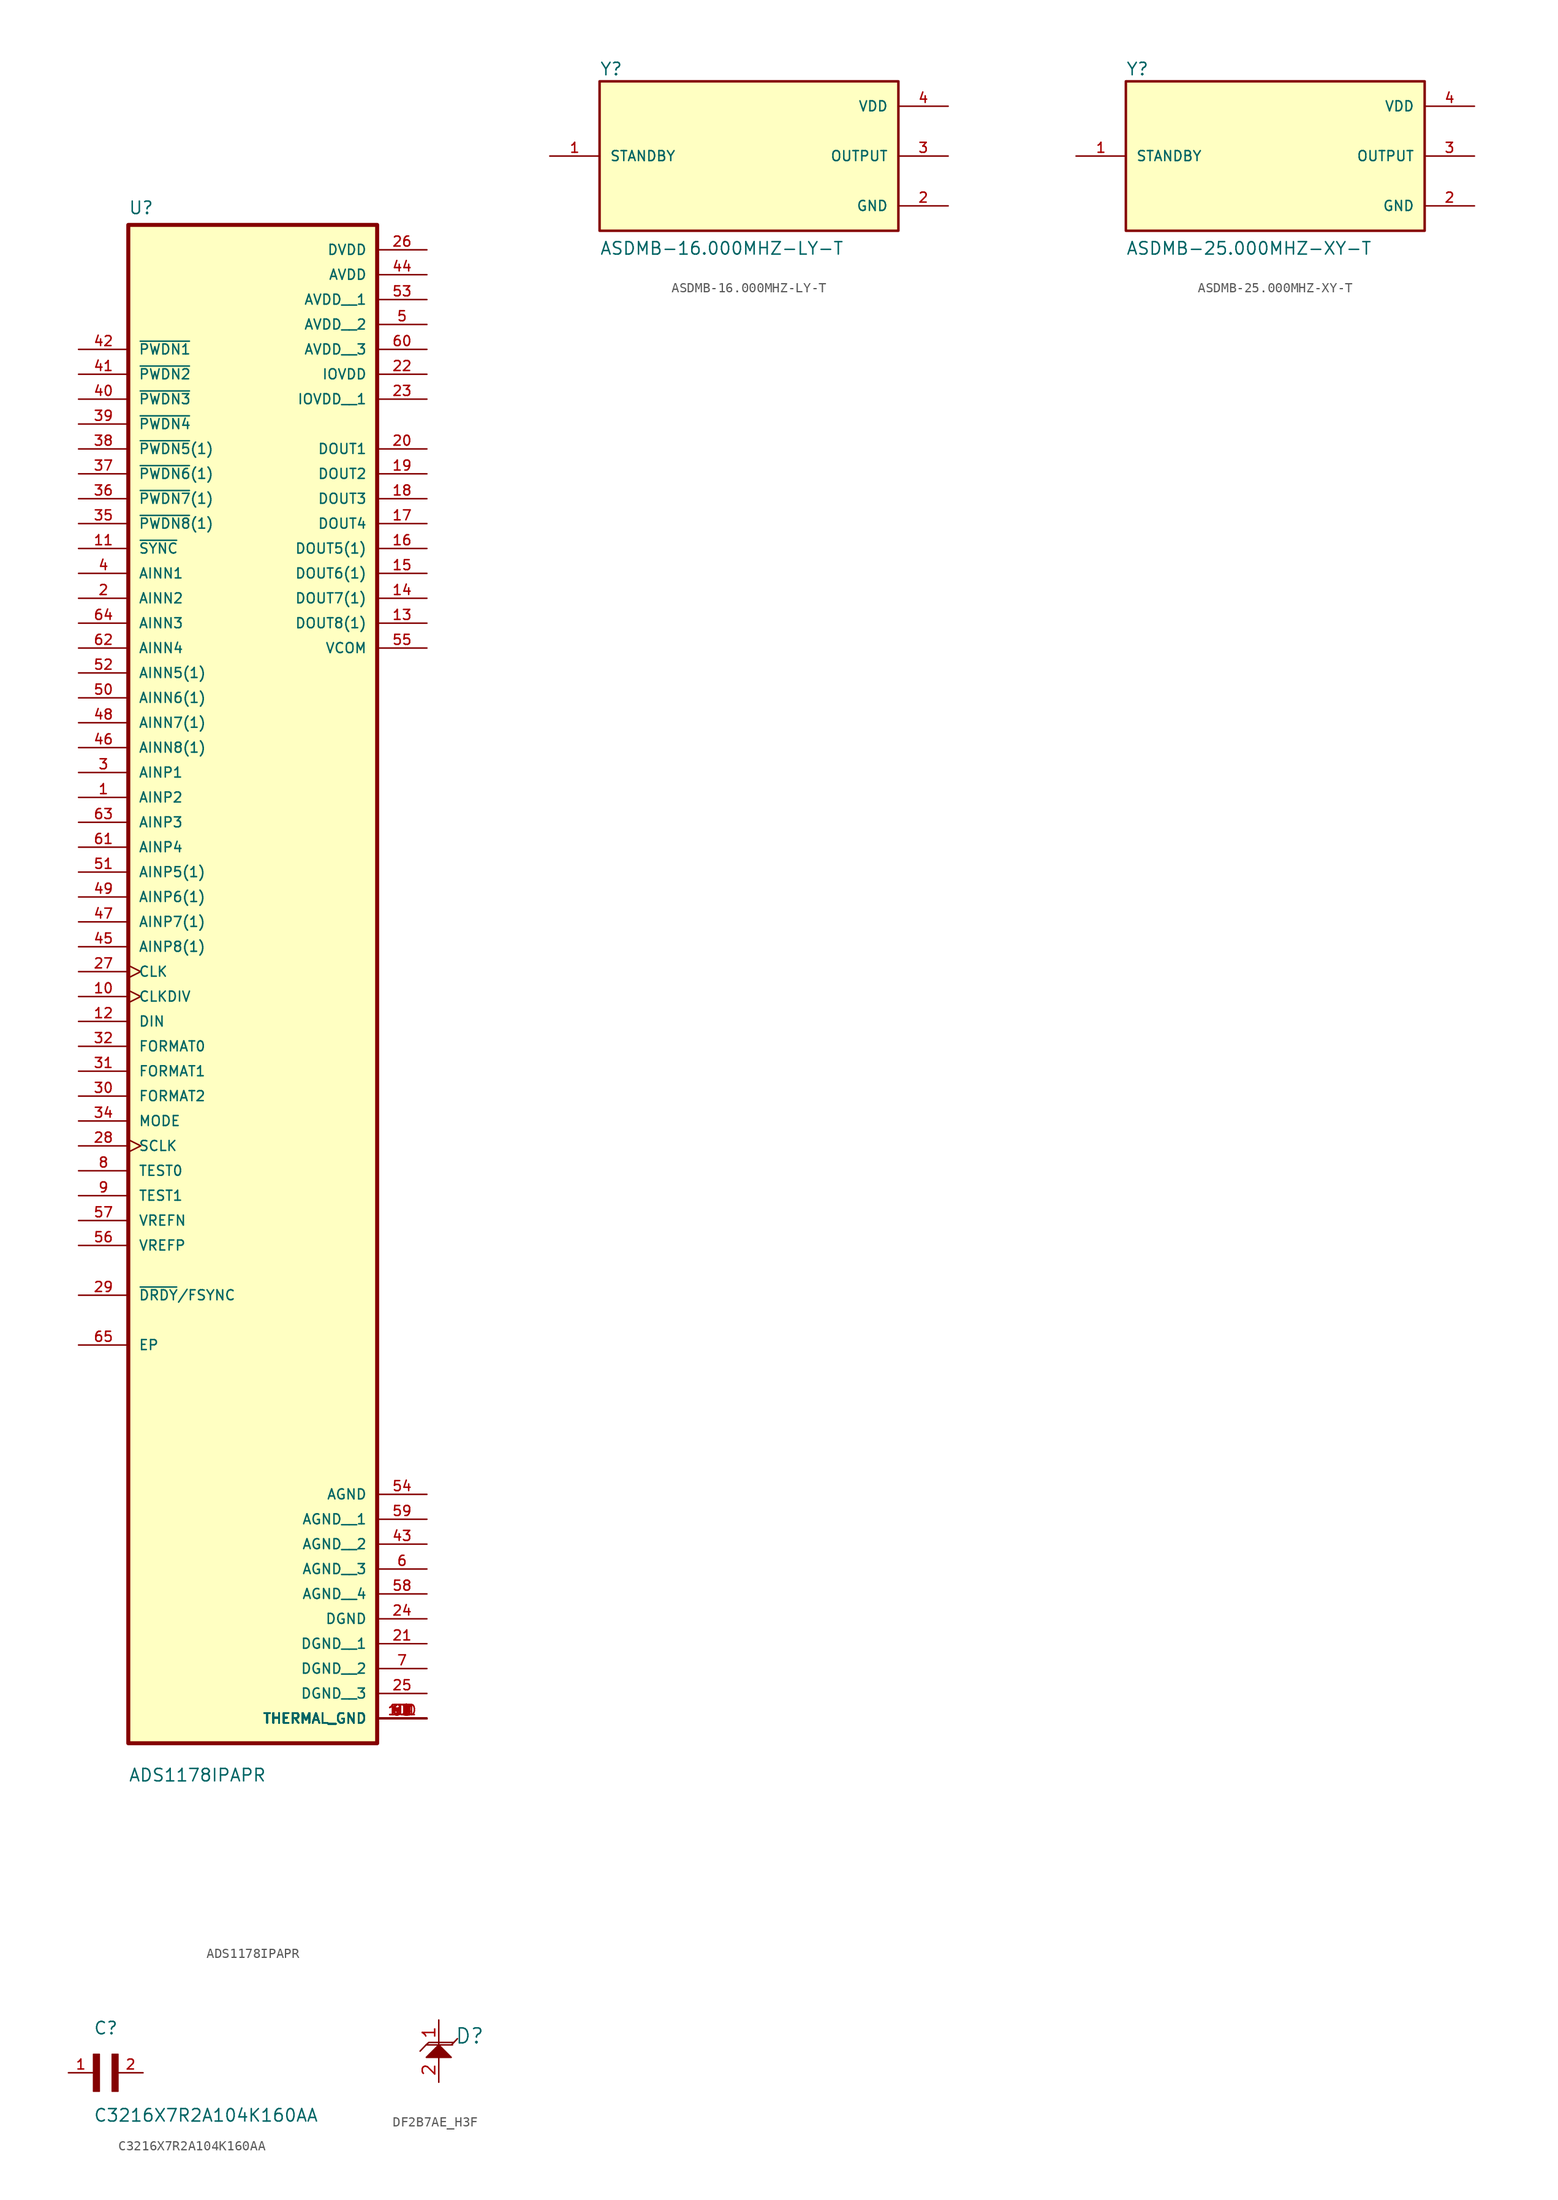
<source format=kicad_sym>
(kicad_symbol_lib
  (version 20231120)
  (generator "kicad_symbol_editor")
  (generator_version "8.0")
  (symbol "ADS1178IPAPR"
    (pin_names
      (offset 1.016))
    (property "Reference" "U"
      (at -12.7 64.5 0)
      (effects (font (size 1.27 1.27)) (justify left bottom)))
    (property "Value" "ADS1178IPAPR"
      (at -12.7 -95.44 0)
      (effects (font (size 1.27 1.27)) (justify left bottom)))
    (symbol "ADS1178IPAPR_0_0"
      (rectangle (start -12.7 -91.44) (end 12.7 63.5) (stroke (width 0.41) (type default)) (fill (type background)))
      (pin input line (at -17.78 5.08 0) (length 5.08) (name "AINP2" (effects (font (size 1.016 1.016)))) (number "1" (effects (font (size 1.016 1.016)))))
      (pin input clock (at -17.78 -15.24 0) (length 5.08) (name "CLKDIV" (effects (font (size 1.016 1.016)))) (number "10" (effects (font (size 1.016 1.016)))))
      (pin input line (at -17.78 30.48 0) (length 5.08) (name "~{SYNC}" (effects (font (size 1.016 1.016)))) (number "11" (effects (font (size 1.016 1.016)))))
      (pin input line (at -17.78 -17.78 0) (length 5.08) (name "DIN" (effects (font (size 1.016 1.016)))) (number "12" (effects (font (size 1.016 1.016)))))
      (pin output line (at 17.78 22.86 180) (length 5.08) (name "DOUT8(1)" (effects (font (size 1.016 1.016)))) (number "13" (effects (font (size 1.016 1.016)))))
      (pin output line (at 17.78 25.4 180) (length 5.08) (name "DOUT7(1)" (effects (font (size 1.016 1.016)))) (number "14" (effects (font (size 1.016 1.016)))))
      (pin output line (at 17.78 27.94 180) (length 5.08) (name "DOUT6(1)" (effects (font (size 1.016 1.016)))) (number "15" (effects (font (size 1.016 1.016)))))
      (pin output line (at 17.78 30.48 180) (length 5.08) (name "DOUT5(1)" (effects (font (size 1.016 1.016)))) (number "16" (effects (font (size 1.016 1.016)))))
      (pin output line (at 17.78 33.02 180) (length 5.08) (name "DOUT4" (effects (font (size 1.016 1.016)))) (number "17" (effects (font (size 1.016 1.016)))))
      (pin output line (at 17.78 35.56 180) (length 5.08) (name "DOUT3" (effects (font (size 1.016 1.016)))) (number "18" (effects (font (size 1.016 1.016)))))
      (pin output line (at 17.78 38.1 180) (length 5.08) (name "DOUT2" (effects (font (size 1.016 1.016)))) (number "19" (effects (font (size 1.016 1.016)))))
      (pin input line (at -17.78 25.4 0) (length 5.08) (name "AINN2" (effects (font (size 1.016 1.016)))) (number "2" (effects (font (size 1.016 1.016)))))
      (pin output line (at 17.78 40.64 180) (length 5.08) (name "DOUT1" (effects (font (size 1.016 1.016)))) (number "20" (effects (font (size 1.016 1.016)))))
      (pin power_in line (at 17.78 -81.28 180) (length 5.08) (name "DGND__1" (effects (font (size 1.016 1.016)))) (number "21" (effects (font (size 1.016 1.016)))))
      (pin power_in line (at 17.78 48.26 180) (length 5.08) (name "IOVDD" (effects (font (size 1.016 1.016)))) (number "22" (effects (font (size 1.016 1.016)))))
      (pin power_in line (at 17.78 45.72 180) (length 5.08) (name "IOVDD__1" (effects (font (size 1.016 1.016)))) (number "23" (effects (font (size 1.016 1.016)))))
      (pin power_in line (at 17.78 -78.74 180) (length 5.08) (name "DGND" (effects (font (size 1.016 1.016)))) (number "24" (effects (font (size 1.016 1.016)))))
      (pin power_in line (at 17.78 -86.36 180) (length 5.08) (name "DGND__3" (effects (font (size 1.016 1.016)))) (number "25" (effects (font (size 1.016 1.016)))))
      (pin power_in line (at 17.78 60.96 180) (length 5.08) (name "DVDD" (effects (font (size 1.016 1.016)))) (number "26" (effects (font (size 1.016 1.016)))))
      (pin input clock (at -17.78 -12.7 0) (length 5.08) (name "CLK" (effects (font (size 1.016 1.016)))) (number "27" (effects (font (size 1.016 1.016)))))
      (pin input clock (at -17.78 -30.48 0) (length 5.08) (name "SCLK" (effects (font (size 1.016 1.016)))) (number "28" (effects (font (size 1.016 1.016)))))
      (pin bidirectional line (at -17.78 -45.72 0) (length 5.08) (name "~{DRDY}/FSYNC" (effects (font (size 1.016 1.016)))) (number "29" (effects (font (size 1.016 1.016)))))
      (pin input line (at -17.78 7.62 0) (length 5.08) (name "AINP1" (effects (font (size 1.016 1.016)))) (number "3" (effects (font (size 1.016 1.016)))))
      (pin input line (at -17.78 -25.4 0) (length 5.08) (name "FORMAT2" (effects (font (size 1.016 1.016)))) (number "30" (effects (font (size 1.016 1.016)))))
      (pin input line (at -17.78 -22.86 0) (length 5.08) (name "FORMAT1" (effects (font (size 1.016 1.016)))) (number "31" (effects (font (size 1.016 1.016)))))
      (pin input line (at -17.78 -20.32 0) (length 5.08) (name "FORMAT0" (effects (font (size 1.016 1.016)))) (number "32" (effects (font (size 1.016 1.016)))))
      (pin input line (at -17.78 -27.94 0) (length 5.08) (name "MODE" (effects (font (size 1.016 1.016)))) (number "34" (effects (font (size 1.016 1.016)))))
      (pin input line (at -17.78 33.02 0) (length 5.08) (name "~{PWDN8}(1)" (effects (font (size 1.016 1.016)))) (number "35" (effects (font (size 1.016 1.016)))))
      (pin input line (at -17.78 35.56 0) (length 5.08) (name "~{PWDN7}(1)" (effects (font (size 1.016 1.016)))) (number "36" (effects (font (size 1.016 1.016)))))
      (pin input line (at -17.78 38.1 0) (length 5.08) (name "~{PWDN6}(1)" (effects (font (size 1.016 1.016)))) (number "37" (effects (font (size 1.016 1.016)))))
      (pin input line (at -17.78 40.64 0) (length 5.08) (name "~{PWDN5}(1)" (effects (font (size 1.016 1.016)))) (number "38" (effects (font (size 1.016 1.016)))))
      (pin input line (at -17.78 43.18 0) (length 5.08) (name "~{PWDN4}" (effects (font (size 1.016 1.016)))) (number "39" (effects (font (size 1.016 1.016)))))
      (pin input line (at -17.78 27.94 0) (length 5.08) (name "AINN1" (effects (font (size 1.016 1.016)))) (number "4" (effects (font (size 1.016 1.016)))))
      (pin input line (at -17.78 45.72 0) (length 5.08) (name "~{PWDN3}" (effects (font (size 1.016 1.016)))) (number "40" (effects (font (size 1.016 1.016)))))
      (pin input line (at -17.78 48.26 0) (length 5.08) (name "~{PWDN2}" (effects (font (size 1.016 1.016)))) (number "41" (effects (font (size 1.016 1.016)))))
      (pin input line (at -17.78 50.8 0) (length 5.08) (name "~{PWDN1}" (effects (font (size 1.016 1.016)))) (number "42" (effects (font (size 1.016 1.016)))))
      (pin power_in line (at 17.78 -71.12 180) (length 5.08) (name "AGND__2" (effects (font (size 1.016 1.016)))) (number "43" (effects (font (size 1.016 1.016)))))
      (pin power_in line (at 17.78 58.42 180) (length 5.08) (name "AVDD" (effects (font (size 1.016 1.016)))) (number "44" (effects (font (size 1.016 1.016)))))
      (pin input line (at -17.78 -10.16 0) (length 5.08) (name "AINP8(1)" (effects (font (size 1.016 1.016)))) (number "45" (effects (font (size 1.016 1.016)))))
      (pin input line (at -17.78 10.16 0) (length 5.08) (name "AINN8(1)" (effects (font (size 1.016 1.016)))) (number "46" (effects (font (size 1.016 1.016)))))
      (pin input line (at -17.78 -7.62 0) (length 5.08) (name "AINP7(1)" (effects (font (size 1.016 1.016)))) (number "47" (effects (font (size 1.016 1.016)))))
      (pin input line (at -17.78 12.7 0) (length 5.08) (name "AINN7(1)" (effects (font (size 1.016 1.016)))) (number "48" (effects (font (size 1.016 1.016)))))
      (pin input line (at -17.78 -5.08 0) (length 5.08) (name "AINP6(1)" (effects (font (size 1.016 1.016)))) (number "49" (effects (font (size 1.016 1.016)))))
      (pin power_in line (at 17.78 53.34 180) (length 5.08) (name "AVDD__2" (effects (font (size 1.016 1.016)))) (number "5" (effects (font (size 1.016 1.016)))))
      (pin input line (at -17.78 15.24 0) (length 5.08) (name "AINN6(1)" (effects (font (size 1.016 1.016)))) (number "50" (effects (font (size 1.016 1.016)))))
      (pin input line (at -17.78 -2.54 0) (length 5.08) (name "AINP5(1)" (effects (font (size 1.016 1.016)))) (number "51" (effects (font (size 1.016 1.016)))))
      (pin input line (at -17.78 17.78 0) (length 5.08) (name "AINN5(1)" (effects (font (size 1.016 1.016)))) (number "52" (effects (font (size 1.016 1.016)))))
      (pin power_in line (at 17.78 55.88 180) (length 5.08) (name "AVDD__1" (effects (font (size 1.016 1.016)))) (number "53" (effects (font (size 1.016 1.016)))))
      (pin power_in line (at 17.78 -66.04 180) (length 5.08) (name "AGND" (effects (font (size 1.016 1.016)))) (number "54" (effects (font (size 1.016 1.016)))))
      (pin output line (at 17.78 20.32 180) (length 5.08) (name "VCOM" (effects (font (size 1.016 1.016)))) (number "55" (effects (font (size 1.016 1.016)))))
      (pin input line (at -17.78 -40.64 0) (length 5.08) (name "VREFP" (effects (font (size 1.016 1.016)))) (number "56" (effects (font (size 1.016 1.016)))))
      (pin input line (at -17.78 -38.1 0) (length 5.08) (name "VREFN" (effects (font (size 1.016 1.016)))) (number "57" (effects (font (size 1.016 1.016)))))
      (pin power_in line (at 17.78 -76.2 180) (length 5.08) (name "AGND__4" (effects (font (size 1.016 1.016)))) (number "58" (effects (font (size 1.016 1.016)))))
      (pin power_in line (at 17.78 -68.58 180) (length 5.08) (name "AGND__1" (effects (font (size 1.016 1.016)))) (number "59" (effects (font (size 1.016 1.016)))))
      (pin power_in line (at 17.78 -73.66 180) (length 5.08) (name "AGND__3" (effects (font (size 1.016 1.016)))) (number "6" (effects (font (size 1.016 1.016)))))
      (pin power_in line (at 17.78 50.8 180) (length 5.08) (name "AVDD__3" (effects (font (size 1.016 1.016)))) (number "60" (effects (font (size 1.016 1.016)))))
      (pin input line (at -17.78 0 0) (length 5.08) (name "AINP4" (effects (font (size 1.016 1.016)))) (number "61" (effects (font (size 1.016 1.016)))))
      (pin input line (at -17.78 20.32 0) (length 5.08) (name "AINN4" (effects (font (size 1.016 1.016)))) (number "62" (effects (font (size 1.016 1.016)))))
      (pin input line (at -17.78 2.54 0) (length 5.08) (name "AINP3" (effects (font (size 1.016 1.016)))) (number "63" (effects (font (size 1.016 1.016)))))
      (pin input line (at -17.78 22.86 0) (length 5.08) (name "AINN3" (effects (font (size 1.016 1.016)))) (number "64" (effects (font (size 1.016 1.016)))))
      (pin bidirectional line (at -17.78 -50.8 0) (length 5.08) (name "EP" (effects (font (size 1.016 1.016)))) (number "65" (effects (font (size 1.016 1.016)))))
      (pin power_in line (at 17.78 -88.9 180) (length 5.08) (name "THERMAL_GND" (effects (font (size 1.016 1.016)))) (number "66" (effects (font (size 1.016 1.016)))))
      (pin power_in line (at 17.78 -88.9 180) (length 5.08) (name "THERMAL_GND" (effects (font (size 1.016 1.016)))) (number "67" (effects (font (size 1.016 1.016)))))
      (pin power_in line (at 17.78 -88.9 180) (length 5.08) (name "THERMAL_GND" (effects (font (size 1.016 1.016)))) (number "68" (effects (font (size 1.016 1.016)))))
      (pin power_in line (at 17.78 -88.9 180) (length 5.08) (name "THERMAL_GND" (effects (font (size 1.016 1.016)))) (number "69" (effects (font (size 1.016 1.016)))))
      (pin power_in line (at 17.78 -88.9 180) (length 5.08) (name "THERMAL_GND" (effects (font (size 1.016 1.016)))) (number "70" (effects (font (size 1.016 1.016)))))
      (pin power_in line (at 17.78 -88.9 180) (length 5.08) (name "THERMAL_GND" (effects (font (size 1.016 1.016)))) (number "71" (effects (font (size 1.016 1.016)))))
      (pin power_in line (at 17.78 -88.9 180) (length 5.08) (name "THERMAL_GND" (effects (font (size 1.016 1.016)))) (number "72" (effects (font (size 1.016 1.016)))))
      (pin power_in line (at 17.78 -88.9 180) (length 5.08) (name "THERMAL_GND" (effects (font (size 1.016 1.016)))) (number "73" (effects (font (size 1.016 1.016)))))
      (pin power_in line (at 17.78 -88.9 180) (length 5.08) (name "THERMAL_GND" (effects (font (size 1.016 1.016)))) (number "74" (effects (font (size 1.016 1.016)))))
      (pin power_in line (at 17.78 -88.9 180) (length 5.08) (name "THERMAL_GND" (effects (font (size 1.016 1.016)))) (number "75" (effects (font (size 1.016 1.016)))))
      (pin power_in line (at 17.78 -88.9 180) (length 5.08) (name "THERMAL_GND" (effects (font (size 1.016 1.016)))) (number "76" (effects (font (size 1.016 1.016)))))
      (pin power_in line (at 17.78 -88.9 180) (length 5.08) (name "THERMAL_GND" (effects (font (size 1.016 1.016)))) (number "77" (effects (font (size 1.016 1.016)))))
      (pin power_in line (at 17.78 -88.9 180) (length 5.08) (name "THERMAL_GND" (effects (font (size 1.016 1.016)))) (number "78" (effects (font (size 1.016 1.016)))))
      (pin power_in line (at 17.78 -88.9 180) (length 5.08) (name "THERMAL_GND" (effects (font (size 1.016 1.016)))) (number "79" (effects (font (size 1.016 1.016)))))
      (pin power_in line (at 17.78 -88.9 180) (length 5.08) (name "THERMAL_GND" (effects (font (size 1.016 1.016)))) (number "80" (effects (font (size 1.016 1.016)))))
      (pin power_in line (at 17.78 -88.9 180) (length 5.08) (name "THERMAL_GND" (effects (font (size 1.016 1.016)))) (number "81" (effects (font (size 1.016 1.016)))))
      (pin power_in line (at 17.78 -88.9 180) (length 5.08) (name "THERMAL_GND" (effects (font (size 1.016 1.016)))) (number "82" (effects (font (size 1.016 1.016)))))
      (pin power_in line (at 17.78 -88.9 180) (length 5.08) (name "THERMAL_GND" (effects (font (size 1.016 1.016)))) (number "83" (effects (font (size 1.016 1.016)))))
      (pin power_in line (at 17.78 -88.9 180) (length 5.08) (name "THERMAL_GND" (effects (font (size 1.016 1.016)))) (number "84" (effects (font (size 1.016 1.016)))))
      (pin power_in line (at 17.78 -88.9 180) (length 5.08) (name "THERMAL_GND" (effects (font (size 1.016 1.016)))) (number "85" (effects (font (size 1.016 1.016)))))
      (pin power_in line (at 17.78 -88.9 180) (length 5.08) (name "THERMAL_GND" (effects (font (size 1.016 1.016)))) (number "86" (effects (font (size 1.016 1.016)))))
      (pin power_in line (at 17.78 -88.9 180) (length 5.08) (name "THERMAL_GND" (effects (font (size 1.016 1.016)))) (number "87" (effects (font (size 1.016 1.016)))))
      (pin power_in line (at 17.78 -88.9 180) (length 5.08) (name "THERMAL_GND" (effects (font (size 1.016 1.016)))) (number "88" (effects (font (size 1.016 1.016)))))
      (pin power_in line (at 17.78 -88.9 180) (length 5.08) (name "THERMAL_GND" (effects (font (size 1.016 1.016)))) (number "89" (effects (font (size 1.016 1.016)))))
      (pin power_in line (at 17.78 -88.9 180) (length 5.08) (name "THERMAL_GND" (effects (font (size 1.016 1.016)))) (number "90" (effects (font (size 1.016 1.016)))))
      (pin power_in line (at 17.78 -88.9 180) (length 5.08) (name "THERMAL_GND" (effects (font (size 1.016 1.016)))) (number "91" (effects (font (size 1.016 1.016)))))
      (pin power_in line (at 17.78 -88.9 180) (length 5.08) (name "THERMAL_GND" (effects (font (size 1.016 1.016)))) (number "92" (effects (font (size 1.016 1.016)))))
      (pin power_in line (at 17.78 -88.9 180) (length 5.08) (name "THERMAL_GND" (effects (font (size 1.016 1.016)))) (number "93" (effects (font (size 1.016 1.016)))))
      (pin power_in line (at 17.78 -88.9 180) (length 5.08) (name "THERMAL_GND" (effects (font (size 1.016 1.016)))) (number "94" (effects (font (size 1.016 1.016)))))
      (pin power_in line (at 17.78 -88.9 180) (length 5.08) (name "THERMAL_GND" (effects (font (size 1.016 1.016)))) (number "95" (effects (font (size 1.016 1.016)))))
      (pin power_in line (at 17.78 -88.9 180) (length 5.08) (name "THERMAL_GND" (effects (font (size 1.016 1.016)))) (number "96" (effects (font (size 1.016 1.016)))))
      (pin power_in line (at 17.78 -88.9 180) (length 5.08) (name "THERMAL_GND" (effects (font (size 1.016 1.016)))) (number "97" (effects (font (size 1.016 1.016)))))
      (pin power_in line (at 17.78 -88.9 180) (length 5.08) (name "THERMAL_GND" (effects (font (size 1.016 1.016)))) (number "98" (effects (font (size 1.016 1.016)))))
      (pin power_in line (at 17.78 -88.9 180) (length 5.08) (name "THERMAL_GND" (effects (font (size 1.016 1.016)))) (number "99" (effects (font (size 1.016 1.016)))))
      (pin power_in line (at 17.78 -88.9 180) (length 5.08) (name "THERMAL_GND" (effects (font (size 1.016 1.016)))) (number "99" (effects (font (size 1.016 1.016)))))
      (pin power_in line (at 17.78 -88.9 180) (length 5.08) (name "THERMAL_GND" (effects (font (size 1.016 1.016)))) (number "100" (effects (font (size 1.016 1.016)))))
      (pin power_in line (at 17.78 -88.9 180) (length 5.08) (name "THERMAL_GND" (effects (font (size 1.016 1.016)))) (number "101" (effects (font (size 1.016 1.016)))))
      (pin power_in line (at 17.78 -83.82 180) (length 5.08) (name "DGND__2" (effects (font (size 1.016 1.016)))) (number "7" (effects (font (size 1.016 1.016)))))
      (pin input line (at -17.78 -33.02 0) (length 5.08) (name "TEST0" (effects (font (size 1.016 1.016)))) (number "8" (effects (font (size 1.016 1.016)))))
      (pin input line (at -17.78 -35.56 0) (length 5.08) (name "TEST1" (effects (font (size 1.016 1.016)))) (number "9" (effects (font (size 1.016 1.016)))))))
  (symbol "ASDMB-16.000MHZ-LY-T"
    (pin_names
      (offset 1.016))
    (property "Reference" "Y"
      (at -15.24 8.128 0)
      (effects (font (size 1.27 1.27)) (justify left bottom)))
    (property "Value" "ASDMB-16.000MHZ-LY-T"
      (at -15.24 -10.16 0)
      (effects (font (size 1.27 1.27)) (justify left bottom)))
    (symbol "ASDMB-16.000MHZ-LY-T_0_0"
      (rectangle (start -15.24 -7.62) (end 15.24 7.62) (stroke (width 0.254) (type default)) (fill (type background)))
      (pin input line (at -20.32 0 0) (length 5.08) (name "STANDBY" (effects (font (size 1.016 1.016)))) (number "1" (effects (font (size 1.016 1.016)))))
      (pin power_in line (at 20.32 -5.08 180) (length 5.08) (name "GND" (effects (font (size 1.016 1.016)))) (number "2" (effects (font (size 1.016 1.016)))))
      (pin output line (at 20.32 0 180) (length 5.08) (name "OUTPUT" (effects (font (size 1.016 1.016)))) (number "3" (effects (font (size 1.016 1.016)))))
      (pin power_in line (at 20.32 5.08 180) (length 5.08) (name "VDD" (effects (font (size 1.016 1.016)))) (number "4" (effects (font (size 1.016 1.016)))))))
  (symbol "ASDMB-25.000MHZ-XY-T"
    (pin_names
      (offset 1.016))
    (property "Reference" "Y"
      (at -15.24 8.128 0)
      (effects (font (size 1.27 1.27)) (justify left bottom)))
    (property "Value" "ASDMB-25.000MHZ-XY-T"
      (at -15.24 -10.16 0)
      (effects (font (size 1.27 1.27)) (justify left bottom)))
    (symbol "ASDMB-25.000MHZ-XY-T_0_0"
      (rectangle (start -15.24 -7.62) (end 15.24 7.62) (stroke (width 0.254) (type default)) (fill (type background)))
      (pin input line (at -20.32 0 0) (length 5.08) (name "STANDBY" (effects (font (size 1.016 1.016)))) (number "1" (effects (font (size 1.016 1.016)))))
      (pin power_in line (at 20.32 -5.08 180) (length 5.08) (name "GND" (effects (font (size 1.016 1.016)))) (number "2" (effects (font (size 1.016 1.016)))))
      (pin output line (at 20.32 0 180) (length 5.08) (name "OUTPUT" (effects (font (size 1.016 1.016)))) (number "3" (effects (font (size 1.016 1.016)))))
      (pin power_in line (at 20.32 5.08 180) (length 5.08) (name "VDD" (effects (font (size 1.016 1.016)))) (number "4" (effects (font (size 1.016 1.016)))))))
  (symbol "C3216X7R2A104K160AA"
    (pin_names
      (offset 1.016))
    (property "Reference" "C"
      (at 0 3.811 0)
      (effects (font (size 1.27 1.27)) (justify left bottom)))
    (property "Value" "C3216X7R2A104K160AA"
      (at 0 -5.088 0)
      (effects (font (size 1.27 1.27)) (justify left bottom)))
    (symbol "C3216X7R2A104K160AA_0_0"
      (rectangle (start 0 -1.907) (end 0.635 1.905) (stroke (width 0.1) (type default)) (fill (type outline)))
      (rectangle (start 1.907 -1.907) (end 2.54 1.905) (stroke (width 0.1) (type default)) (fill (type outline)))
      (pin passive line (at -2.54 0 0) (length 2.54) (name "~" (effects (font (size 1.016 1.016)))) (number "1" (effects (font (size 1.016 1.016)))))
      (pin passive line (at 5.08 0 180) (length 2.54) (name "~" (effects (font (size 1.016 1.016)))) (number "2" (effects (font (size 1.016 1.016)))))))
  (symbol "DF2B7AE_H3F"
    (pin_names
      (offset 0.254))
    (property "Reference" "D"
      (at 3.154 0.91 0)
      (effects (font (size 1.524 1.524))))
    (property "Value" ""
      (at -4.424 -5.711 90)
      (effects (font (size 1.524 1.524))))
    (property "ki_locked" ""
      (at 0 0 0)
      (effects (font (size 1.27 1.27))))
    (symbol "DF2B7AE_H3F_0_1"
      (polyline (pts (xy -1.3 0) (xy -1.905 -0.635)) (stroke (width 0) (type default)) (fill (type none)))
      (polyline (pts (xy 1.3 0) (xy -1.27 0)) (stroke (width 0) (type default)) (fill (type none)))
      (polyline (pts (xy 1.3 0) (xy 1.905 0.635)) (stroke (width 0) (type default)) (fill (type none)))
      (polyline (pts (xy 1.4 0) (xy 1.4 0)) (stroke (width 0) (type default)) (fill (type none)))
      (polyline (pts (xy -1.3 0) (xy -1.016 0.254) (xy 1.524 0.254)) (stroke (width 0) (type default)) (fill (type none)))
      (polyline (pts (xy 0 0) (xy 1.27 -1.27) (xy -1.27 -1.27) (xy 0 0)) (stroke (width 0) (type default)) (fill (type outline))))
    (symbol "DF2B7AE_H3F_1_1"
      (pin passive line (at 0 2.54 270) (length 2.54) (name "" (effects (font (size 1.27 1.27)))) (number "1" (effects (font (size 1.27 1.27)))))
      (pin passive line (at 0 -3.81 90) (length 2.54) (name "" (effects (font (size 1.27 1.27)))) (number "2" (effects (font (size 1.27 1.27))))))))
</source>
